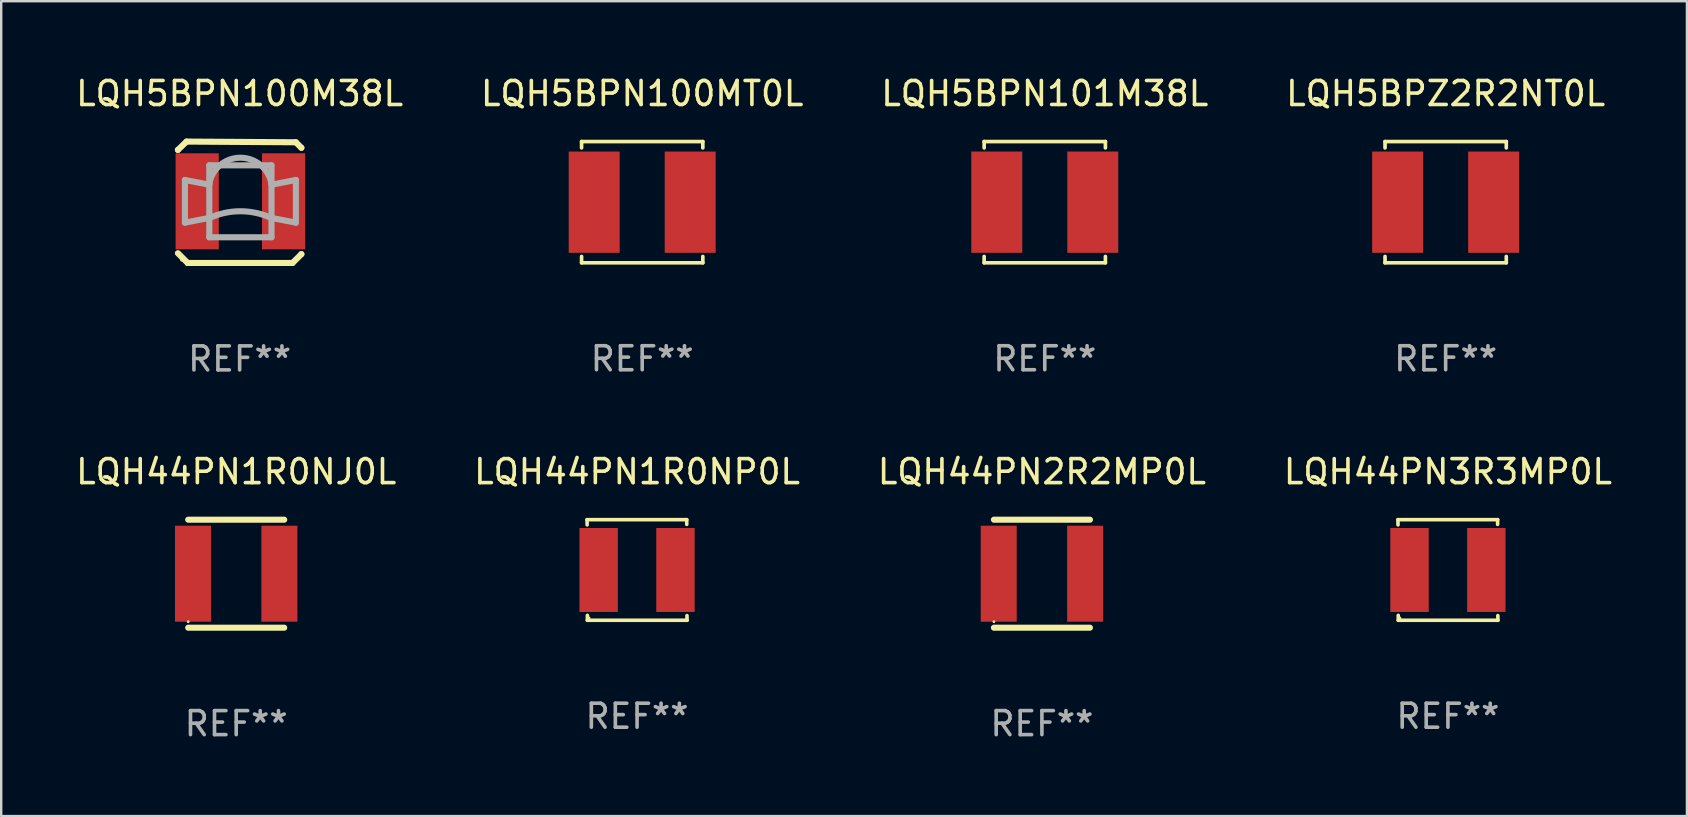
<source format=kicad_pcb>
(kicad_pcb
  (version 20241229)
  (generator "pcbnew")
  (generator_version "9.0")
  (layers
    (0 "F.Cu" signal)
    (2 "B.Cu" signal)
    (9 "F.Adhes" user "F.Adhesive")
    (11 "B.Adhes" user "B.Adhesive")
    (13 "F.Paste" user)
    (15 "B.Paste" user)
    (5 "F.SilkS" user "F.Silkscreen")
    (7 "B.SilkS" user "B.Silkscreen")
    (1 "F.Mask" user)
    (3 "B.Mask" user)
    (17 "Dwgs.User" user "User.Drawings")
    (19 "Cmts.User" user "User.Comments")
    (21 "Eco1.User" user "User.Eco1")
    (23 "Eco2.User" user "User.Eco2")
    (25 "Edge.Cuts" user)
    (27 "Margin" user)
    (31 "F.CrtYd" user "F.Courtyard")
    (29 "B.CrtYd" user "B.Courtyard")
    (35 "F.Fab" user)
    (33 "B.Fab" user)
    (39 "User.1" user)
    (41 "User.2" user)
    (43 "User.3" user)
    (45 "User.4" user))
  (footprint "LQH5BPN100MT0L"
    (layer "F.Cu")
    (at 23.708 5.374)
    (property "Reference" "LQH5BPN100MT0L" (at 0 -4.526 0) (layer "F.SilkS") (effects (font (size 1 1) (thickness 0.15))))
    (attr through_hole)
    (fp_line (start -2.526 -2.526) (end 2.526 -2.526) (stroke (width 0.152) (type solid)) (layer "F.SilkS"))
    (fp_line (start -2.526 -2.262) (end -2.526 -2.526) (stroke (width 0.152) (type solid)) (layer "F.SilkS"))
    (fp_line (start -2.526 2.262) (end -2.526 2.526) (stroke (width 0.152) (type solid)) (layer "F.SilkS"))
    (fp_line (start -2.526 2.526) (end 2.526 2.526) (stroke (width 0.152) (type solid)) (layer "F.SilkS"))
    (fp_line (start 2.526 -2.526) (end 2.526 -2.262) (stroke (width 0.152) (type solid)) (layer "F.SilkS"))
    (fp_line (start 2.526 2.526) (end 2.526 2.262) (stroke (width 0.152) (type solid)) (layer "F.SilkS"))
    (fp_circle (center 2.5 -2.5) (end 2.53 -2.5) (stroke (width 0.06) (type solid)) (fill no) (layer "F.SilkS"))
    (fp_text user "REF**" (at 0 6.526 0) (layer "F.Fab") (effects (font (size 1 1) (thickness 0.15))))
    (pad "1" smd rect (at 2 0) (size 2.124 4.22) (layers "F.Cu" "F.Mask" "F.Paste"))
    (pad "2" smd rect (at -2 0) (size 2.124 4.22) (layers "F.Cu" "F.Mask" "F.Paste")))
  (footprint "LQH5BPN101M38L"
    (layer "F.Cu")
    (at 40.482 5.374)
    (property "Reference" "LQH5BPN101M38L" (at 0 -4.526 0) (layer "F.SilkS") (effects (font (size 1 1) (thickness 0.15))))
    (attr through_hole)
    (fp_line (start -2.526 -2.526) (end 2.526 -2.526) (stroke (width 0.152) (type solid)) (layer "F.SilkS"))
    (fp_line (start -2.526 -2.262) (end -2.526 -2.526) (stroke (width 0.152) (type solid)) (layer "F.SilkS"))
    (fp_line (start -2.526 2.262) (end -2.526 2.526) (stroke (width 0.152) (type solid)) (layer "F.SilkS"))
    (fp_line (start -2.526 2.526) (end 2.526 2.526) (stroke (width 0.152) (type solid)) (layer "F.SilkS"))
    (fp_line (start 2.526 -2.526) (end 2.526 -2.262) (stroke (width 0.152) (type solid)) (layer "F.SilkS"))
    (fp_line (start 2.526 2.526) (end 2.526 2.262) (stroke (width 0.152) (type solid)) (layer "F.SilkS"))
    (fp_circle (center 2.5 -2.5) (end 2.53 -2.5) (stroke (width 0.06) (type solid)) (fill no) (layer "F.SilkS"))
    (fp_text user "REF**" (at 0 6.526 0) (layer "F.Fab") (effects (font (size 1 1) (thickness 0.15))))
    (pad "1" smd rect (at 2 0) (size 2.124 4.22) (layers "F.Cu" "F.Mask" "F.Paste"))
    (pad "2" smd rect (at -2 0) (size 2.124 4.22) (layers "F.Cu" "F.Mask" "F.Paste")))
  (footprint "LQH44PN3R3MP0L"
    (layer "F.Cu")
    (at 57.28 20.699)
    (property "Reference" "LQH44PN3R3MP0L" (at 0 -4.096 0) (layer "F.SilkS") (effects (font (size 1 1) (thickness 0.15))))
    (attr through_hole)
    (fp_line (start -2.083 -2.096) (end -2.08 -1.88) (stroke (width 0.15) (type solid)) (layer "F.SilkS"))
    (fp_line (start -2.07 1.89) (end -2.07 2.096) (stroke (width 0.15) (type solid)) (layer "F.SilkS"))
    (fp_line (start -2.07 2.096) (end 2.083 2.096) (stroke (width 0.15) (type solid)) (layer "F.SilkS"))
    (fp_line (start 2.07 -1.9) (end 2.07 -2.096) (stroke (width 0.15) (type solid)) (layer "F.SilkS"))
    (fp_line (start 2.07 -2.096) (end -2.083 -2.096) (stroke (width 0.15) (type solid)) (layer "F.SilkS"))
    (fp_line (start 2.083 2.096) (end 2.08 1.9) (stroke (width 0.15) (type solid)) (layer "F.SilkS"))
    (fp_circle (center -2 2) (end -1.97 2) (stroke (width 0.06) (type solid)) (fill no) (layer "F.SilkS"))
    (fp_text user "REF**" (at 0 6.096 0) (layer "F.Fab") (effects (font (size 1 1) (thickness 0.15))))
    (pad "1" smd rect (at -1.6 -0.000343) (size 1.6 3.5) (layers "F.Cu" "F.Mask" "F.Paste"))
    (pad "2" smd rect (at 1.6 -0.000343) (size 1.6 3.5) (layers "F.Cu" "F.Mask" "F.Paste")))
  (footprint "LQH44PN1R0NP0L"
    (layer "F.Cu")
    (at 23.494 20.699)
    (property "Reference" "LQH44PN1R0NP0L" (at 0 -4.096 0) (layer "F.SilkS") (effects (font (size 1 1) (thickness 0.15))))
    (attr through_hole)
    (fp_line (start -2.083 -2.096) (end -2.08 -1.88) (stroke (width 0.15) (type solid)) (layer "F.SilkS"))
    (fp_line (start -2.07 1.89) (end -2.07 2.096) (stroke (width 0.15) (type solid)) (layer "F.SilkS"))
    (fp_line (start -2.07 2.096) (end 2.083 2.096) (stroke (width 0.15) (type solid)) (layer "F.SilkS"))
    (fp_line (start 2.07 -1.9) (end 2.07 -2.096) (stroke (width 0.15) (type solid)) (layer "F.SilkS"))
    (fp_line (start 2.07 -2.096) (end -2.083 -2.096) (stroke (width 0.15) (type solid)) (layer "F.SilkS"))
    (fp_line (start 2.083 2.096) (end 2.08 1.9) (stroke (width 0.15) (type solid)) (layer "F.SilkS"))
    (fp_circle (center -2 2) (end -1.97 2) (stroke (width 0.06) (type solid)) (fill no) (layer "F.SilkS"))
    (fp_text user "REF**" (at 0 6.096 0) (layer "F.Fab") (effects (font (size 1 1) (thickness 0.15))))
    (pad "1" smd rect (at -1.6 -0.000343) (size 1.6 3.5) (layers "F.Cu" "F.Mask" "F.Paste"))
    (pad "2" smd rect (at 1.6 -0.000343) (size 1.6 3.5) (layers "F.Cu" "F.Mask" "F.Paste")))
  (footprint "LQH5BPN100M38L"
    (layer "F.Cu")
    (at 6.935 5.378)
    (property "Reference" "LQH5BPN100M38L" (at 0 -4.529 0) (layer "F.SilkS") (effects (font (size 1 1) (thickness 0.15))))
    (attr through_hole)
    (fp_line (start -2.572 -2.182) (end -2.572 -2.182) (stroke (width 0.254) (type solid)) (layer "F.SilkS"))
    (fp_line (start -2.572 -2.182) (end -2.213 -2.529) (stroke (width 0.254) (type solid)) (layer "F.SilkS"))
    (fp_line (start -2.213 -2.529) (end 2.343 -2.5) (stroke (width 0.254) (type solid)) (layer "F.SilkS"))
    (fp_line (start -2.165 2.529) (end -2.572 2.123) (stroke (width 0.254) (type solid)) (layer "F.SilkS"))
    (fp_line (start 2.203 2.529) (end -2.165 2.529) (stroke (width 0.254) (type solid)) (layer "F.SilkS"))
    (fp_line (start 2.343 -2.5) (end 2.572 -2.271) (stroke (width 0.254) (type solid)) (layer "F.SilkS"))
    (fp_line (start 2.572 -2.271) (end 2.572 -2.271) (stroke (width 0.254) (type solid)) (layer "F.SilkS"))
    (fp_line (start 2.572 2.161) (end 2.203 2.529) (stroke (width 0.254) (type solid)) (layer "F.SilkS"))
    (fp_line (start 2.572 2.161) (end 2.572 2.161) (stroke (width 0.254) (type solid)) (layer "F.SilkS"))
    (fp_circle (center -2.419 2.41) (end -2.389 2.41) (stroke (width 0.06) (type solid)) (fill no) (layer "F.SilkS"))
    (fp_line (start -2.28 -0.929) (end -2.28 0.849) (stroke (width 0.254) (type solid)) (layer "F.Fab"))
    (fp_line (start -2.28 0.849) (end -1.366 0.671) (stroke (width 0.254) (type solid)) (layer "F.Fab"))
    (fp_line (start -1.366 -0.751) (end -2.28 -0.929) (stroke (width 0.254) (type solid)) (layer "F.Fab"))
    (fp_line (start -1.264 -1.539) (end -1.264 -0.751) (stroke (width 0.254) (type solid)) (layer "F.Fab"))
    (fp_line (start -1.264 -0.751) (end -1.264 0.671) (stroke (width 0.254) (type solid)) (layer "F.Fab"))
    (fp_line (start -1.264 0.671) (end -1.264 1.458) (stroke (width 0.254) (type solid)) (layer "F.Fab"))
    (fp_line (start -1.264 1.458) (end 1.327 1.458) (stroke (width 0.254) (type solid)) (layer "F.Fab"))
    (fp_line (start 1.327 -1.539) (end -1.264 -1.539) (stroke (width 0.254) (type solid)) (layer "F.Fab"))
    (fp_line (start 1.327 -0.751) (end 1.327 -1.539) (stroke (width 0.254) (type solid)) (layer "F.Fab"))
    (fp_line (start 1.327 0.671) (end 1.327 -0.751) (stroke (width 0.254) (type solid)) (layer "F.Fab"))
    (fp_line (start 1.327 1.458) (end 1.327 0.671) (stroke (width 0.254) (type solid)) (layer "F.Fab"))
    (fp_line (start 1.428 0.671) (end 2.343 0.849) (stroke (width 0.254) (type solid)) (layer "F.Fab"))
    (fp_line (start 2.343 -0.929) (end 1.428 -0.751) (stroke (width 0.254) (type solid)) (layer "F.Fab"))
    (fp_line (start 2.343 0.849) (end 2.343 -0.929) (stroke (width 0.254) (type solid)) (layer "F.Fab"))
    (fp_arc (start -1.269139 0.660795) (mid 0.031344 0.373649) (end 1.331827 0.660795) (stroke (width 0.254001) (type solid)) (layer "F.Fab"))
    (fp_arc (start -1.269138 -0.741287) (mid 0.031344 -1.856714) (end 1.331826 -0.741288) (stroke (width 0.254001) (type solid)) (layer "F.Fab"))
    (fp_text user "REF**" (at 0 6.529 0) (layer "F.Fab") (effects (font (size 1 1) (thickness 0.15))))
    (pad "1" smd rect (at -1.769 -0.04 270) (size 4.001 1.8) (layers "F.Cu" "F.Mask" "F.Paste"))
    (pad "2" smd rect (at 1.831 -0.04 270) (size 4.001 1.8) (layers "F.Cu" "F.Mask" "F.Paste")))
  (footprint "LQH5BPZ2R2NT0L"
    (layer "F.Cu")
    (at 57.185 5.374)
    (property "Reference" "LQH5BPZ2R2NT0L" (at 0 -4.526 0) (layer "F.SilkS") (effects (font (size 1 1) (thickness 0.15))))
    (attr through_hole)
    (fp_line (start -2.526 -2.526) (end 2.526 -2.526) (stroke (width 0.152) (type solid)) (layer "F.SilkS"))
    (fp_line (start -2.526 -2.262) (end -2.526 -2.526) (stroke (width 0.152) (type solid)) (layer "F.SilkS"))
    (fp_line (start -2.526 2.262) (end -2.526 2.526) (stroke (width 0.152) (type solid)) (layer "F.SilkS"))
    (fp_line (start -2.526 2.526) (end 2.526 2.526) (stroke (width 0.152) (type solid)) (layer "F.SilkS"))
    (fp_line (start 2.526 -2.526) (end 2.526 -2.262) (stroke (width 0.152) (type solid)) (layer "F.SilkS"))
    (fp_line (start 2.526 2.526) (end 2.526 2.262) (stroke (width 0.152) (type solid)) (layer "F.SilkS"))
    (fp_circle (center 2.5 -2.5) (end 2.53 -2.5) (stroke (width 0.06) (type solid)) (fill no) (layer "F.SilkS"))
    (fp_text user "REF**" (at 0 6.526 0) (layer "F.Fab") (effects (font (size 1 1) (thickness 0.15))))
    (pad "1" smd rect (at 2 0) (size 2.124 4.22) (layers "F.Cu" "F.Mask" "F.Paste"))
    (pad "2" smd rect (at -2 0) (size 2.124 4.22) (layers "F.Cu" "F.Mask" "F.Paste")))
  (footprint "LQH44PN1R0NJ0L"
    (layer "F.Cu")
    (at 6.792 20.854)
    (property "Reference" "LQH44PN1R0NJ0L" (at 0 -4.25 0) (layer "F.SilkS") (effects (font (size 1 1) (thickness 0.15))))
    (attr through_hole)
    (fp_line (start -2 -2.25) (end 2 -2.25) (stroke (width 0.254) (type solid)) (layer "F.SilkS"))
    (fp_line (start -2 2.25) (end 2 2.25) (stroke (width 0.254) (type solid)) (layer "F.SilkS"))
    (fp_circle (center -2 2) (end -1.97 2) (stroke (width 0.06) (type solid)) (fill no) (layer "F.SilkS"))
    (fp_text user "REF**" (at 0 6.25 0) (layer "F.Fab") (effects (font (size 1 1) (thickness 0.15))))
    (pad "1" smd rect (at -1.8 0) (size 1.5 4) (layers "F.Cu" "F.Mask" "F.Paste"))
    (pad "2" smd rect (at 1.8 0) (size 1.5 4) (layers "F.Cu" "F.Mask" "F.Paste")))
  (footprint "LQH44PN2R2MP0L"
    (layer "F.Cu")
    (at 40.363 20.854)
    (property "Reference" "LQH44PN2R2MP0L" (at 0 -4.25 0) (layer "F.SilkS") (effects (font (size 1 1) (thickness 0.15))))
    (attr through_hole)
    (fp_line (start -2 -2.25) (end 2 -2.25) (stroke (width 0.254) (type solid)) (layer "F.SilkS"))
    (fp_line (start -2 2.25) (end 2 2.25) (stroke (width 0.254) (type solid)) (layer "F.SilkS"))
    (fp_circle (center -2 2) (end -1.97 2) (stroke (width 0.06) (type solid)) (fill no) (layer "F.SilkS"))
    (fp_text user "REF**" (at 0 6.25 0) (layer "F.Fab") (effects (font (size 1 1) (thickness 0.15))))
    (pad "1" smd rect (at -1.8 0) (size 1.5 4) (layers "F.Cu" "F.Mask" "F.Paste"))
    (pad "2" smd rect (at 1.8 0) (size 1.5 4) (layers "F.Cu" "F.Mask" "F.Paste")))
  (gr_rect
    (start -3 -3)
    (end 67.238 30.952)
    (stroke (width 0.1) (type default))
    (fill no)
    (layer "Edge.Cuts")))
</source>
